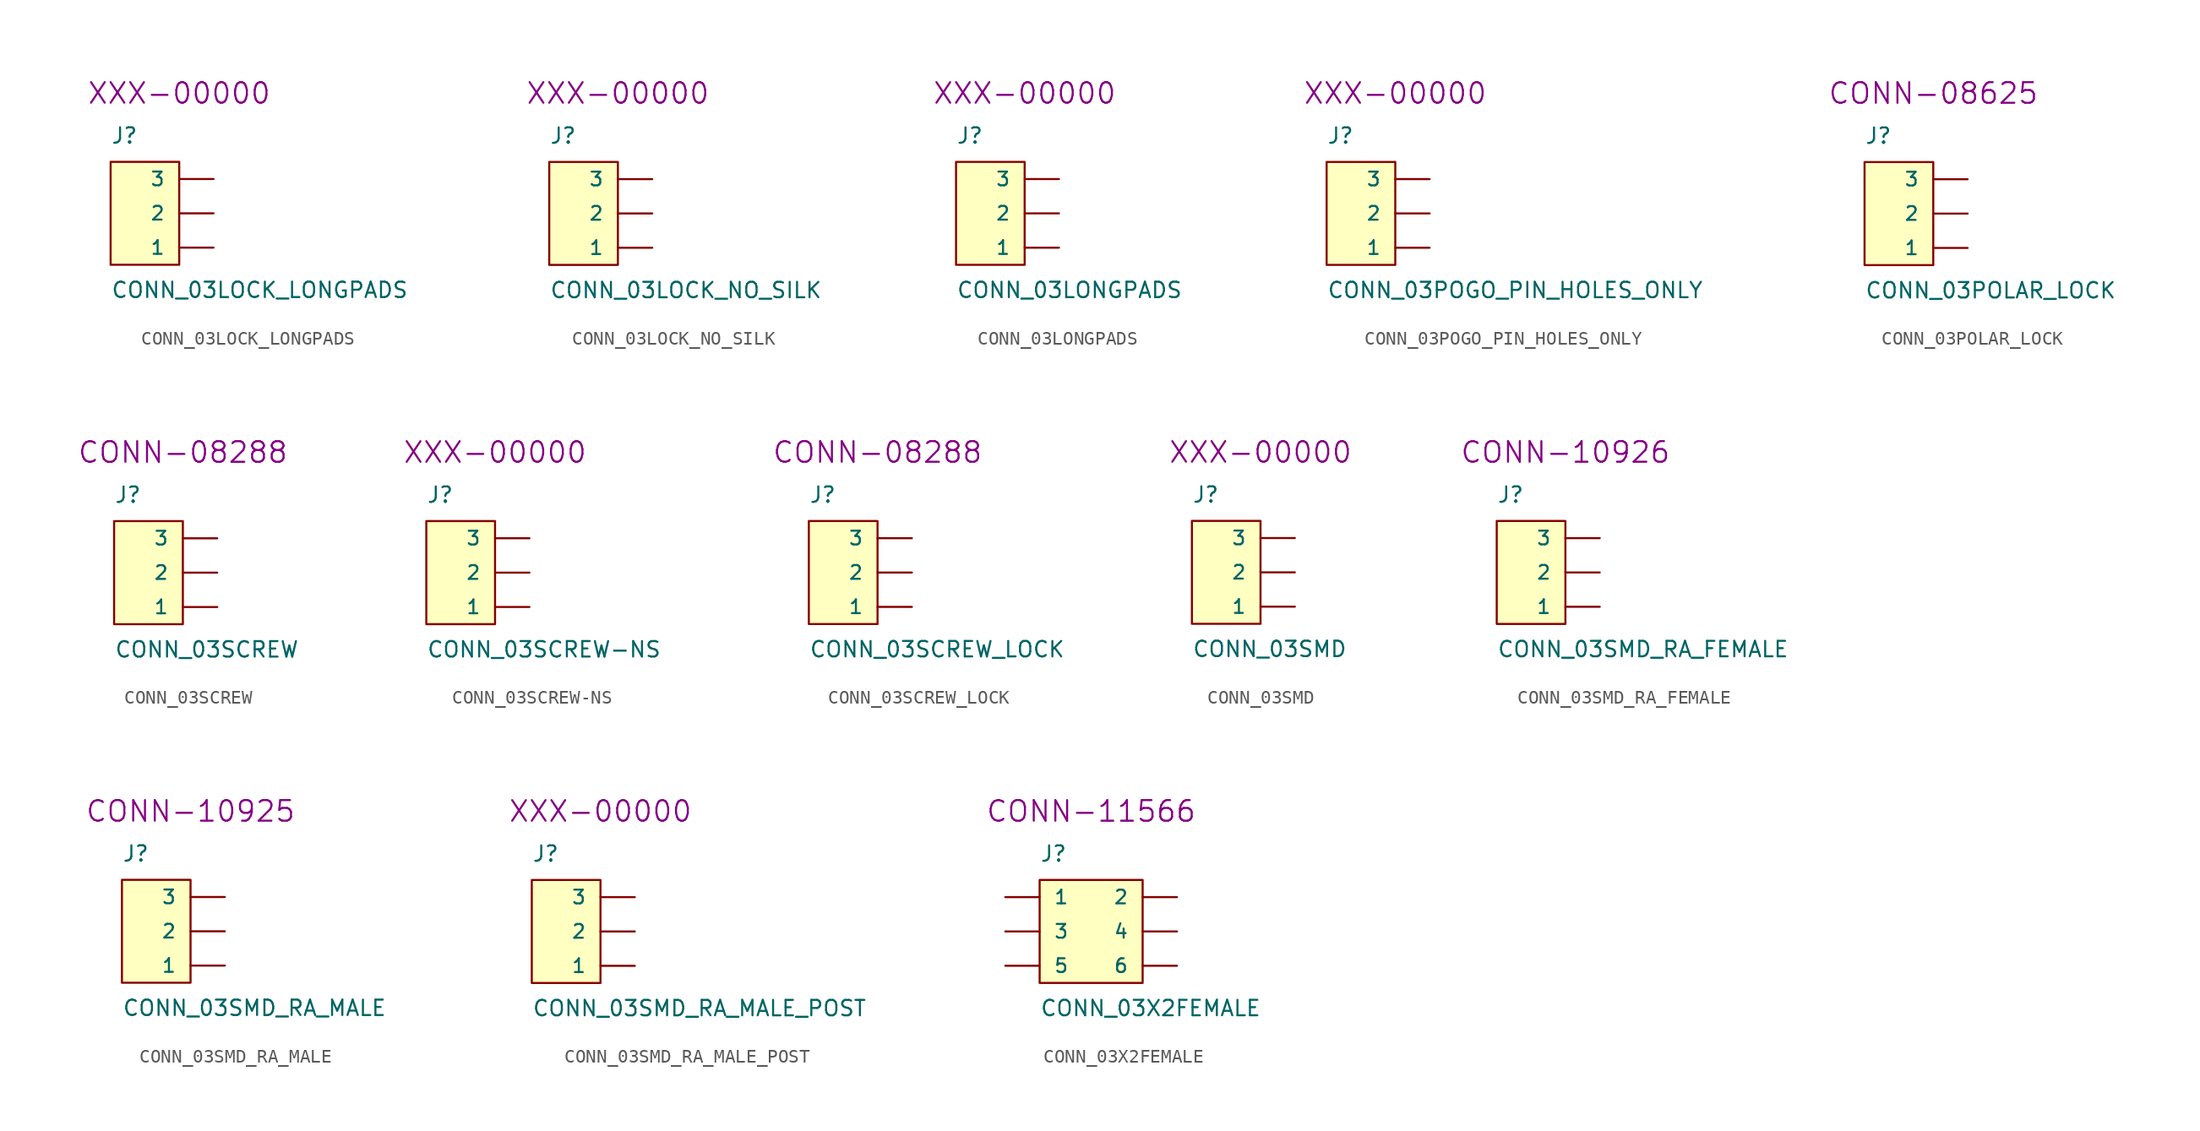
<source format=kicad_sym>
(kicad_symbol_lib
  (version 20220914)
  (generator kicad_symbol_editor)
  (symbol "CONN_03LOCK_LONGPADS"
    (pin_numbers hide)
    (pin_names
      (offset 1.016))
    (property "Reference" "J"
      (at -5.08 7.62 0)
      (effects (font (size 1.143 1.143)) (justify left bottom)))
    (property "Value" "CONN_03LOCK_LONGPADS"
      (at -5.08 -3.81 0)
      (effects (font (size 1.143 1.143)) (justify left bottom)))
    (property "Field4" "XXX-00000"
      (at 0 11.43 0)
      (effects (font (size 1.524 1.524))))
    (property "ki_locked" ""
      (at 0 0 0)
      (effects (font (size 1.27 1.27))))
    (symbol "CONN_03LOCK_LONGPADS_0_1"
      (rectangle (start 0 -1.27) (end -5.08 6.35) (stroke (width 0) (type solid)) (fill (type background))))
    (symbol "CONN_03LOCK_LONGPADS_1_1"
      (pin passive line (at 2.54 0 180) (length 2.54) (name "1" (effects (font (size 1.016 1.016)))) (number "1" (effects (font (size 1.016 1.016)))))
      (pin passive line (at 2.54 2.54 180) (length 2.54) (name "2" (effects (font (size 1.016 1.016)))) (number "2" (effects (font (size 1.016 1.016)))))
      (pin passive line (at 2.54 5.08 180) (length 2.54) (name "3" (effects (font (size 1.016 1.016)))) (number "3" (effects (font (size 1.016 1.016)))))))
  (symbol "CONN_03LOCK_NO_SILK"
    (pin_numbers hide)
    (pin_names
      (offset 1.016))
    (property "Reference" "J"
      (at -5.08 7.62 0)
      (effects (font (size 1.143 1.143)) (justify left bottom)))
    (property "Value" "CONN_03LOCK_NO_SILK"
      (at -5.08 -3.81 0)
      (effects (font (size 1.143 1.143)) (justify left bottom)))
    (property "Field4" "XXX-00000"
      (at 0 11.43 0)
      (effects (font (size 1.524 1.524))))
    (property "ki_locked" ""
      (at 0 0 0)
      (effects (font (size 1.27 1.27))))
    (symbol "CONN_03LOCK_NO_SILK_0_1"
      (rectangle (start 0 -1.27) (end -5.08 6.35) (stroke (width 0) (type solid)) (fill (type background))))
    (symbol "CONN_03LOCK_NO_SILK_1_1"
      (pin passive line (at 2.54 0 180) (length 2.54) (name "1" (effects (font (size 1.016 1.016)))) (number "1" (effects (font (size 1.016 1.016)))))
      (pin passive line (at 2.54 2.54 180) (length 2.54) (name "2" (effects (font (size 1.016 1.016)))) (number "2" (effects (font (size 1.016 1.016)))))
      (pin passive line (at 2.54 5.08 180) (length 2.54) (name "3" (effects (font (size 1.016 1.016)))) (number "3" (effects (font (size 1.016 1.016)))))))
  (symbol "CONN_03LONGPADS"
    (pin_numbers hide)
    (pin_names
      (offset 1.016))
    (property "Reference" "J"
      (at -5.08 7.62 0)
      (effects (font (size 1.143 1.143)) (justify left bottom)))
    (property "Value" "CONN_03LONGPADS"
      (at -5.08 -3.81 0)
      (effects (font (size 1.143 1.143)) (justify left bottom)))
    (property "Field4" "XXX-00000"
      (at 0 11.43 0)
      (effects (font (size 1.524 1.524))))
    (property "ki_locked" ""
      (at 0 0 0)
      (effects (font (size 1.27 1.27))))
    (symbol "CONN_03LONGPADS_0_1"
      (rectangle (start 0 -1.27) (end -5.08 6.35) (stroke (width 0) (type solid)) (fill (type background))))
    (symbol "CONN_03LONGPADS_1_1"
      (pin passive line (at 2.54 0 180) (length 2.54) (name "1" (effects (font (size 1.016 1.016)))) (number "1" (effects (font (size 1.016 1.016)))))
      (pin passive line (at 2.54 2.54 180) (length 2.54) (name "2" (effects (font (size 1.016 1.016)))) (number "2" (effects (font (size 1.016 1.016)))))
      (pin passive line (at 2.54 5.08 180) (length 2.54) (name "3" (effects (font (size 1.016 1.016)))) (number "3" (effects (font (size 1.016 1.016)))))))
  (symbol "CONN_03POGO_PIN_HOLES_ONLY"
    (pin_numbers hide)
    (pin_names
      (offset 1.016))
    (property "Reference" "J"
      (at -5.08 7.62 0)
      (effects (font (size 1.143 1.143)) (justify left bottom)))
    (property "Value" "CONN_03POGO_PIN_HOLES_ONLY"
      (at -5.08 -3.81 0)
      (effects (font (size 1.143 1.143)) (justify left bottom)))
    (property "Field4" "XXX-00000"
      (at 0 11.43 0)
      (effects (font (size 1.524 1.524))))
    (property "ki_locked" ""
      (at 0 0 0)
      (effects (font (size 1.27 1.27))))
    (symbol "CONN_03POGO_PIN_HOLES_ONLY_0_1"
      (rectangle (start 0 -1.27) (end -5.08 6.35) (stroke (width 0) (type solid)) (fill (type background))))
    (symbol "CONN_03POGO_PIN_HOLES_ONLY_1_1"
      (pin passive line (at 2.54 0 180) (length 2.54) (name "1" (effects (font (size 1.016 1.016)))) (number "1" (effects (font (size 1.016 1.016)))))
      (pin passive line (at 2.54 2.54 180) (length 2.54) (name "2" (effects (font (size 1.016 1.016)))) (number "2" (effects (font (size 1.016 1.016)))))
      (pin passive line (at 2.54 5.08 180) (length 2.54) (name "3" (effects (font (size 1.016 1.016)))) (number "3" (effects (font (size 1.016 1.016)))))))
  (symbol "CONN_03POLAR_LOCK"
    (pin_numbers hide)
    (pin_names
      (offset 1.016))
    (property "Reference" "J"
      (at -5.08 7.62 0)
      (effects (font (size 1.143 1.143)) (justify left bottom)))
    (property "Value" "CONN_03POLAR_LOCK"
      (at -5.08 -3.81 0)
      (effects (font (size 1.143 1.143)) (justify left bottom)))
    (property "Field4" "CONN-08625"
      (at 0 11.43 0)
      (effects (font (size 1.524 1.524))))
    (property "ki_locked" ""
      (at 0 0 0)
      (effects (font (size 1.27 1.27))))
    (symbol "CONN_03POLAR_LOCK_0_1"
      (rectangle (start 0 -1.27) (end -5.08 6.35) (stroke (width 0) (type solid)) (fill (type background))))
    (symbol "CONN_03POLAR_LOCK_1_1"
      (pin passive line (at 2.54 0 180) (length 2.54) (name "1" (effects (font (size 1.016 1.016)))) (number "1" (effects (font (size 1.016 1.016)))))
      (pin passive line (at 2.54 2.54 180) (length 2.54) (name "2" (effects (font (size 1.016 1.016)))) (number "2" (effects (font (size 1.016 1.016)))))
      (pin passive line (at 2.54 5.08 180) (length 2.54) (name "3" (effects (font (size 1.016 1.016)))) (number "3" (effects (font (size 1.016 1.016)))))))
  (symbol "CONN_03SCREW"
    (pin_numbers hide)
    (pin_names
      (offset 1.016))
    (property "Reference" "J"
      (at -5.08 7.62 0)
      (effects (font (size 1.143 1.143)) (justify left bottom)))
    (property "Value" "CONN_03SCREW"
      (at -5.08 -3.81 0)
      (effects (font (size 1.143 1.143)) (justify left bottom)))
    (property "Field4" "CONN-08288"
      (at 0 11.43 0)
      (effects (font (size 1.524 1.524))))
    (property "ki_locked" ""
      (at 0 0 0)
      (effects (font (size 1.27 1.27))))
    (symbol "CONN_03SCREW_0_1"
      (rectangle (start 0 -1.27) (end -5.08 6.35) (stroke (width 0) (type solid)) (fill (type background))))
    (symbol "CONN_03SCREW_1_1"
      (pin passive line (at 2.54 0 180) (length 2.54) (name "1" (effects (font (size 1.016 1.016)))) (number "1" (effects (font (size 1.016 1.016)))))
      (pin passive line (at 2.54 2.54 180) (length 2.54) (name "2" (effects (font (size 1.016 1.016)))) (number "2" (effects (font (size 1.016 1.016)))))
      (pin passive line (at 2.54 5.08 180) (length 2.54) (name "3" (effects (font (size 1.016 1.016)))) (number "3" (effects (font (size 1.016 1.016)))))))
  (symbol "CONN_03SCREW-NS"
    (pin_numbers hide)
    (pin_names
      (offset 1.016))
    (property "Reference" "J"
      (at -5.08 7.62 0)
      (effects (font (size 1.143 1.143)) (justify left bottom)))
    (property "Value" "CONN_03SCREW-NS"
      (at -5.08 -3.81 0)
      (effects (font (size 1.143 1.143)) (justify left bottom)))
    (property "Field4" "XXX-00000"
      (at 0 11.43 0)
      (effects (font (size 1.524 1.524))))
    (property "ki_locked" ""
      (at 0 0 0)
      (effects (font (size 1.27 1.27))))
    (symbol "CONN_03SCREW-NS_0_1"
      (rectangle (start 0 -1.27) (end -5.08 6.35) (stroke (width 0) (type solid)) (fill (type background))))
    (symbol "CONN_03SCREW-NS_1_1"
      (pin passive line (at 2.54 0 180) (length 2.54) (name "1" (effects (font (size 1.016 1.016)))) (number "1" (effects (font (size 1.016 1.016)))))
      (pin passive line (at 2.54 2.54 180) (length 2.54) (name "2" (effects (font (size 1.016 1.016)))) (number "2" (effects (font (size 1.016 1.016)))))
      (pin passive line (at 2.54 5.08 180) (length 2.54) (name "3" (effects (font (size 1.016 1.016)))) (number "3" (effects (font (size 1.016 1.016)))))))
  (symbol "CONN_03SCREW_LOCK"
    (pin_numbers hide)
    (pin_names
      (offset 1.016))
    (property "Reference" "J"
      (at -5.08 7.62 0)
      (effects (font (size 1.143 1.143)) (justify left bottom)))
    (property "Value" "CONN_03SCREW_LOCK"
      (at -5.08 -3.81 0)
      (effects (font (size 1.143 1.143)) (justify left bottom)))
    (property "Field4" "CONN-08288"
      (at 0 11.43 0)
      (effects (font (size 1.524 1.524))))
    (property "ki_locked" ""
      (at 0 0 0)
      (effects (font (size 1.27 1.27))))
    (symbol "CONN_03SCREW_LOCK_0_1"
      (rectangle (start 0 -1.27) (end -5.08 6.35) (stroke (width 0) (type solid)) (fill (type background))))
    (symbol "CONN_03SCREW_LOCK_1_1"
      (pin passive line (at 2.54 0 180) (length 2.54) (name "1" (effects (font (size 1.016 1.016)))) (number "1" (effects (font (size 1.016 1.016)))))
      (pin passive line (at 2.54 2.54 180) (length 2.54) (name "2" (effects (font (size 1.016 1.016)))) (number "2" (effects (font (size 1.016 1.016)))))
      (pin passive line (at 2.54 5.08 180) (length 2.54) (name "3" (effects (font (size 1.016 1.016)))) (number "3" (effects (font (size 1.016 1.016)))))))
  (symbol "CONN_03SMD"
    (pin_numbers hide)
    (pin_names
      (offset 1.016))
    (property "Reference" "J"
      (at -5.08 7.62 0)
      (effects (font (size 1.143 1.143)) (justify left bottom)))
    (property "Value" "CONN_03SMD"
      (at -5.08 -3.81 0)
      (effects (font (size 1.143 1.143)) (justify left bottom)))
    (property "Field4" "XXX-00000"
      (at 0 11.43 0)
      (effects (font (size 1.524 1.524))))
    (property "ki_locked" ""
      (at 0 0 0)
      (effects (font (size 1.27 1.27))))
    (symbol "CONN_03SMD_0_1"
      (rectangle (start 0 -1.27) (end -5.08 6.35) (stroke (width 0) (type solid)) (fill (type background))))
    (symbol "CONN_03SMD_1_1"
      (pin passive line (at 2.54 0 180) (length 2.54) (name "1" (effects (font (size 1.016 1.016)))) (number "1" (effects (font (size 1.016 1.016)))))
      (pin passive line (at 2.54 2.54 180) (length 2.54) (name "2" (effects (font (size 1.016 1.016)))) (number "2" (effects (font (size 1.016 1.016)))))
      (pin passive line (at 2.54 5.08 180) (length 2.54) (name "3" (effects (font (size 1.016 1.016)))) (number "3" (effects (font (size 1.016 1.016)))))))
  (symbol "CONN_03SMD_RA_FEMALE"
    (pin_numbers hide)
    (pin_names
      (offset 1.016))
    (property "Reference" "J"
      (at -5.08 7.62 0)
      (effects (font (size 1.143 1.143)) (justify left bottom)))
    (property "Value" "CONN_03SMD_RA_FEMALE"
      (at -5.08 -3.81 0)
      (effects (font (size 1.143 1.143)) (justify left bottom)))
    (property "Field4" "CONN-10926"
      (at 0 11.43 0)
      (effects (font (size 1.524 1.524))))
    (property "ki_locked" ""
      (at 0 0 0)
      (effects (font (size 1.27 1.27))))
    (symbol "CONN_03SMD_RA_FEMALE_0_1"
      (rectangle (start 0 -1.27) (end -5.08 6.35) (stroke (width 0) (type solid)) (fill (type background))))
    (symbol "CONN_03SMD_RA_FEMALE_1_1"
      (pin passive line (at 2.54 0 180) (length 2.54) (name "1" (effects (font (size 1.016 1.016)))) (number "1" (effects (font (size 1.016 1.016)))))
      (pin passive line (at 2.54 2.54 180) (length 2.54) (name "2" (effects (font (size 1.016 1.016)))) (number "2" (effects (font (size 1.016 1.016)))))
      (pin passive line (at 2.54 5.08 180) (length 2.54) (name "3" (effects (font (size 1.016 1.016)))) (number "3" (effects (font (size 1.016 1.016)))))))
  (symbol "CONN_03SMD_RA_MALE"
    (pin_numbers hide)
    (pin_names
      (offset 1.016))
    (property "Reference" "J"
      (at -5.08 7.62 0)
      (effects (font (size 1.143 1.143)) (justify left bottom)))
    (property "Value" "CONN_03SMD_RA_MALE"
      (at -5.08 -3.81 0)
      (effects (font (size 1.143 1.143)) (justify left bottom)))
    (property "Field4" "CONN-10925"
      (at 0 11.43 0)
      (effects (font (size 1.524 1.524))))
    (property "ki_locked" ""
      (at 0 0 0)
      (effects (font (size 1.27 1.27))))
    (symbol "CONN_03SMD_RA_MALE_0_1"
      (rectangle (start 0 -1.27) (end -5.08 6.35) (stroke (width 0) (type solid)) (fill (type background))))
    (symbol "CONN_03SMD_RA_MALE_1_1"
      (pin passive line (at 2.54 0 180) (length 2.54) (name "1" (effects (font (size 1.016 1.016)))) (number "1" (effects (font (size 1.016 1.016)))))
      (pin passive line (at 2.54 2.54 180) (length 2.54) (name "2" (effects (font (size 1.016 1.016)))) (number "2" (effects (font (size 1.016 1.016)))))
      (pin passive line (at 2.54 5.08 180) (length 2.54) (name "3" (effects (font (size 1.016 1.016)))) (number "3" (effects (font (size 1.016 1.016)))))))
  (symbol "CONN_03SMD_RA_MALE_POST"
    (pin_numbers hide)
    (pin_names
      (offset 1.016))
    (property "Reference" "J"
      (at -5.08 7.62 0)
      (effects (font (size 1.143 1.143)) (justify left bottom)))
    (property "Value" "CONN_03SMD_RA_MALE_POST"
      (at -5.08 -3.81 0)
      (effects (font (size 1.143 1.143)) (justify left bottom)))
    (property "Field4" "XXX-00000"
      (at 0 11.43 0)
      (effects (font (size 1.524 1.524))))
    (property "ki_locked" ""
      (at 0 0 0)
      (effects (font (size 1.27 1.27))))
    (symbol "CONN_03SMD_RA_MALE_POST_0_1"
      (rectangle (start 0 -1.27) (end -5.08 6.35) (stroke (width 0) (type solid)) (fill (type background))))
    (symbol "CONN_03SMD_RA_MALE_POST_1_1"
      (pin passive line (at 2.54 0 180) (length 2.54) (name "1" (effects (font (size 1.016 1.016)))) (number "1" (effects (font (size 1.016 1.016)))))
      (pin passive line (at 2.54 2.54 180) (length 2.54) (name "2" (effects (font (size 1.016 1.016)))) (number "2" (effects (font (size 1.016 1.016)))))
      (pin passive line (at 2.54 5.08 180) (length 2.54) (name "3" (effects (font (size 1.016 1.016)))) (number "3" (effects (font (size 1.016 1.016)))))))
  (symbol "CONN_03X2FEMALE"
    (pin_numbers hide)
    (pin_names
      (offset 1.016))
    (property "Reference" "J"
      (at -3.81 5.08 0)
      (effects (font (size 1.143 1.143)) (justify left bottom)))
    (property "Value" "CONN_03X2FEMALE"
      (at -3.81 -6.35 0)
      (effects (font (size 1.143 1.143)) (justify left bottom)))
    (property "Field4" "CONN-11566"
      (at 0 8.89 0)
      (effects (font (size 1.524 1.524))))
    (property "ki_locked" ""
      (at 0 0 0)
      (effects (font (size 1.27 1.27))))
    (symbol "CONN_03X2FEMALE_0_1"
      (rectangle (start 3.81 -3.81) (end -3.81 3.81) (stroke (width 0) (type solid)) (fill (type background))))
    (symbol "CONN_03X2FEMALE_1_1"
      (pin bidirectional line (at -6.35 2.54 0) (length 2.54) (name "1" (effects (font (size 1.016 1.016)))) (number "1" (effects (font (size 1.016 1.016)))))
      (pin bidirectional line (at 6.35 2.54 180) (length 2.54) (name "2" (effects (font (size 1.016 1.016)))) (number "2" (effects (font (size 1.016 1.016)))))
      (pin bidirectional line (at -6.35 0 0) (length 2.54) (name "3" (effects (font (size 1.016 1.016)))) (number "3" (effects (font (size 1.016 1.016)))))
      (pin bidirectional line (at 6.35 0 180) (length 2.54) (name "4" (effects (font (size 1.016 1.016)))) (number "4" (effects (font (size 1.016 1.016)))))
      (pin bidirectional line (at -6.35 -2.54 0) (length 2.54) (name "5" (effects (font (size 1.016 1.016)))) (number "5" (effects (font (size 1.016 1.016)))))
      (pin bidirectional line (at 6.35 -2.54 180) (length 2.54) (name "6" (effects (font (size 1.016 1.016)))) (number "6" (effects (font (size 1.016 1.016))))))))
</source>
